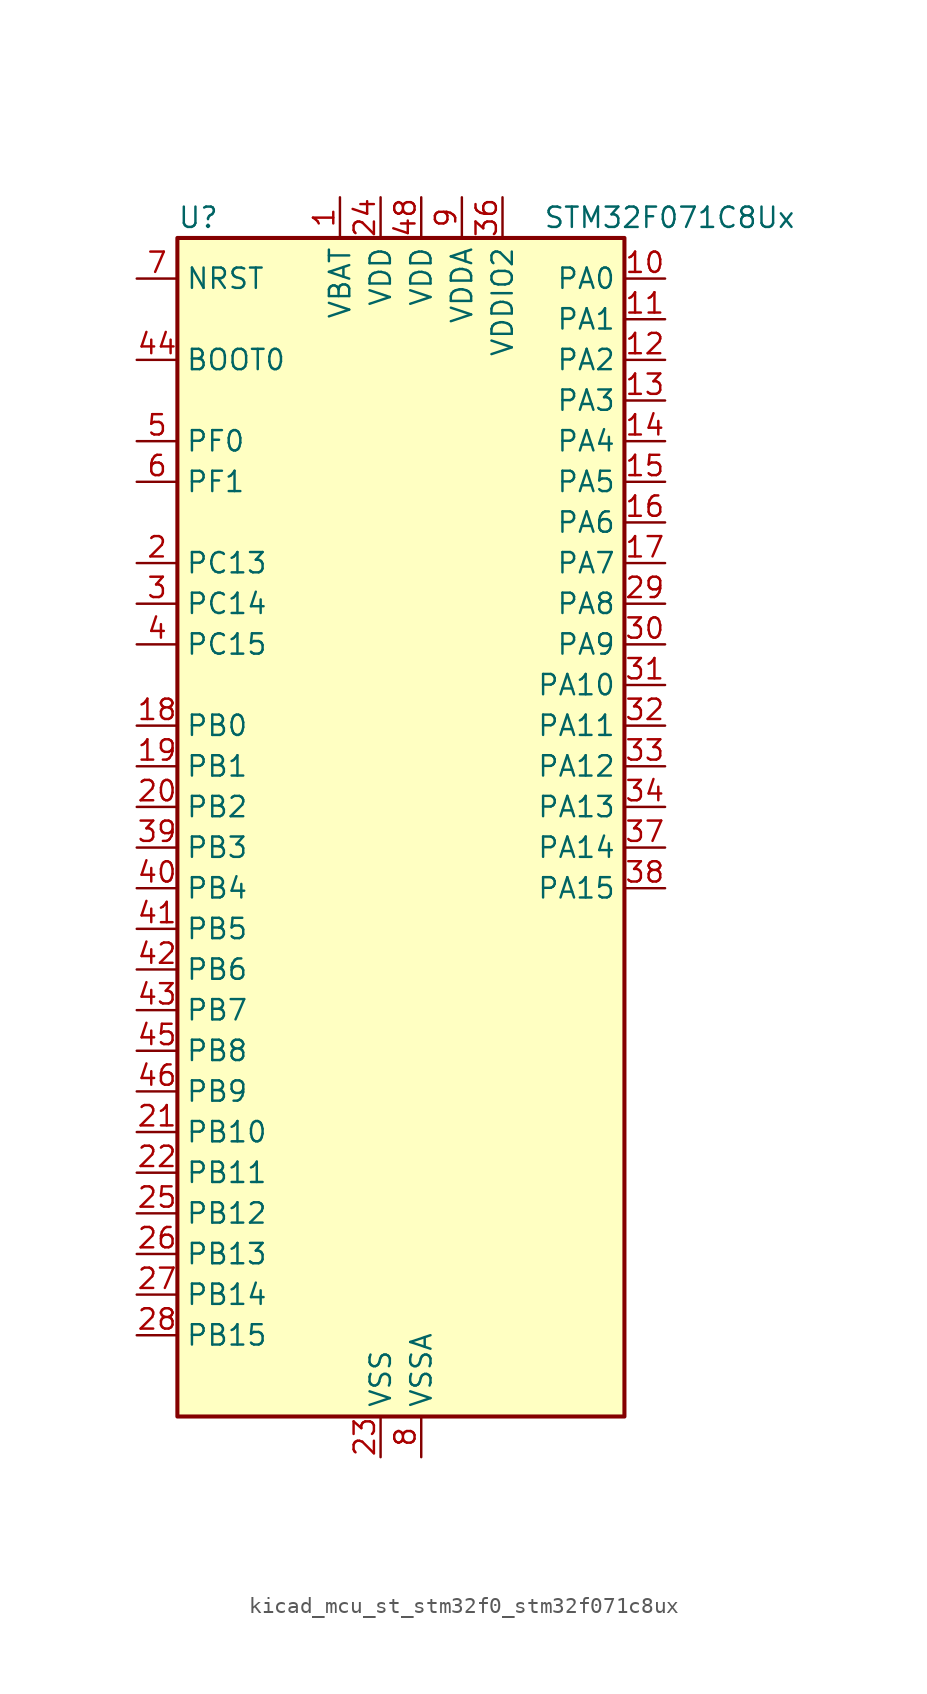
<source format=kicad_sym>
(kicad_symbol_lib
  (version 20220914)
  (generator kicad_symbol_editor)
  (symbol "kicad_mcu_st_stm32f0_stm32f071c8ux"
    (property "Reference" "U"
      (at -12.7 39.37 0)
      (effects (font (size 1.27 1.27)) (justify left)))
    (property "Value" "STM32F071C8Ux"
      (at 10.16 39.37 0)
      (effects (font (size 1.27 1.27)) (justify left)))
    (property "ki_locked" ""
      (at 0 0 0)
      (effects (font (size 1.27 1.27))))
    (symbol "kicad_mcu_st_stm32f0_stm32f071c8ux_0_1"
      (rectangle (start -12.7 -35.56) (end 15.24 38.1) (stroke (width 0.254) (type default)) (fill (type background))))
    (symbol "kicad_mcu_st_stm32f0_stm32f071c8ux_1_1"
      (pin power_in line (at -2.54 40.64 270) (length 2.54) (name "VBAT" (effects (font (size 1.27 1.27)))) (number "1" (effects (font (size 1.27 1.27)))))
      (pin bidirectional line (at 17.78 35.56 180) (length 2.54) (name "PA0" (effects (font (size 1.27 1.27)))) (number "10" (effects (font (size 1.27 1.27)))) (alternate "ADC_IN0" bidirectional line) (alternate "COMP1_INM" bidirectional line) (alternate "COMP1_OUT" bidirectional line) (alternate "RTC_TAMP2" bidirectional line) (alternate "SYS_WKUP1" bidirectional line) (alternate "TIM2_CH1" bidirectional line) (alternate "TIM2_ETR" bidirectional line) (alternate "TSC_G1_IO1" bidirectional line) (alternate "USART2_CTS" bidirectional line) (alternate "USART4_TX" bidirectional line))
      (pin bidirectional line (at 17.78 33.02 180) (length 2.54) (name "PA1" (effects (font (size 1.27 1.27)))) (number "11" (effects (font (size 1.27 1.27)))) (alternate "ADC_IN1" bidirectional line) (alternate "COMP1_INP" bidirectional line) (alternate "TIM15_CH1N" bidirectional line) (alternate "TIM2_CH2" bidirectional line) (alternate "TSC_G1_IO2" bidirectional line) (alternate "USART2_DE" bidirectional line) (alternate "USART2_RTS" bidirectional line) (alternate "USART4_RX" bidirectional line))
      (pin bidirectional line (at 17.78 30.48 180) (length 2.54) (name "PA2" (effects (font (size 1.27 1.27)))) (number "12" (effects (font (size 1.27 1.27)))) (alternate "ADC_IN2" bidirectional line) (alternate "COMP2_INM" bidirectional line) (alternate "COMP2_OUT" bidirectional line) (alternate "SYS_WKUP4" bidirectional line) (alternate "TIM15_CH1" bidirectional line) (alternate "TIM2_CH3" bidirectional line) (alternate "TSC_G1_IO3" bidirectional line) (alternate "USART2_TX" bidirectional line))
      (pin bidirectional line (at 17.78 27.94 180) (length 2.54) (name "PA3" (effects (font (size 1.27 1.27)))) (number "13" (effects (font (size 1.27 1.27)))) (alternate "ADC_IN3" bidirectional line) (alternate "COMP2_INP" bidirectional line) (alternate "TIM15_CH2" bidirectional line) (alternate "TIM2_CH4" bidirectional line) (alternate "TSC_G1_IO4" bidirectional line) (alternate "USART2_RX" bidirectional line))
      (pin bidirectional line (at 17.78 25.4 180) (length 2.54) (name "PA4" (effects (font (size 1.27 1.27)))) (number "14" (effects (font (size 1.27 1.27)))) (alternate "ADC_IN4" bidirectional line) (alternate "COMP1_INM" bidirectional line) (alternate "COMP2_INM" bidirectional line) (alternate "DAC_OUT1" bidirectional line) (alternate "I2S1_WS" bidirectional line) (alternate "SPI1_NSS" bidirectional line) (alternate "TIM14_CH1" bidirectional line) (alternate "TSC_G2_IO1" bidirectional line) (alternate "USART2_CK" bidirectional line))
      (pin bidirectional line (at 17.78 22.86 180) (length 2.54) (name "PA5" (effects (font (size 1.27 1.27)))) (number "15" (effects (font (size 1.27 1.27)))) (alternate "ADC_IN5" bidirectional line) (alternate "CEC" bidirectional line) (alternate "COMP1_INM" bidirectional line) (alternate "COMP2_INM" bidirectional line) (alternate "DAC_OUT2" bidirectional line) (alternate "I2S1_CK" bidirectional line) (alternate "SPI1_SCK" bidirectional line) (alternate "TIM2_CH1" bidirectional line) (alternate "TIM2_ETR" bidirectional line) (alternate "TSC_G2_IO2" bidirectional line))
      (pin bidirectional line (at 17.78 20.32 180) (length 2.54) (name "PA6" (effects (font (size 1.27 1.27)))) (number "16" (effects (font (size 1.27 1.27)))) (alternate "ADC_IN6" bidirectional line) (alternate "COMP1_OUT" bidirectional line) (alternate "I2S1_MCK" bidirectional line) (alternate "SPI1_MISO" bidirectional line) (alternate "TIM16_CH1" bidirectional line) (alternate "TIM1_BKIN" bidirectional line) (alternate "TIM3_CH1" bidirectional line) (alternate "TSC_G2_IO3" bidirectional line) (alternate "USART3_CTS" bidirectional line))
      (pin bidirectional line (at 17.78 17.78 180) (length 2.54) (name "PA7" (effects (font (size 1.27 1.27)))) (number "17" (effects (font (size 1.27 1.27)))) (alternate "ADC_IN7" bidirectional line) (alternate "COMP2_OUT" bidirectional line) (alternate "I2S1_SD" bidirectional line) (alternate "SPI1_MOSI" bidirectional line) (alternate "TIM14_CH1" bidirectional line) (alternate "TIM17_CH1" bidirectional line) (alternate "TIM1_CH1N" bidirectional line) (alternate "TIM3_CH2" bidirectional line) (alternate "TSC_G2_IO4" bidirectional line))
      (pin bidirectional line (at -15.24 7.62 0) (length 2.54) (name "PB0" (effects (font (size 1.27 1.27)))) (number "18" (effects (font (size 1.27 1.27)))) (alternate "ADC_IN8" bidirectional line) (alternate "TIM1_CH2N" bidirectional line) (alternate "TIM3_CH3" bidirectional line) (alternate "TSC_G3_IO2" bidirectional line) (alternate "USART3_CK" bidirectional line))
      (pin bidirectional line (at -15.24 5.08 0) (length 2.54) (name "PB1" (effects (font (size 1.27 1.27)))) (number "19" (effects (font (size 1.27 1.27)))) (alternate "ADC_IN9" bidirectional line) (alternate "TIM14_CH1" bidirectional line) (alternate "TIM1_CH3N" bidirectional line) (alternate "TIM3_CH4" bidirectional line) (alternate "TSC_G3_IO3" bidirectional line) (alternate "USART3_DE" bidirectional line) (alternate "USART3_RTS" bidirectional line))
      (pin bidirectional line (at -15.24 17.78 0) (length 2.54) (name "PC13" (effects (font (size 1.27 1.27)))) (number "2" (effects (font (size 1.27 1.27)))) (alternate "RTC_OUT_ALARM" bidirectional line) (alternate "RTC_OUT_CALIB" bidirectional line) (alternate "RTC_TAMP1" bidirectional line) (alternate "RTC_TS" bidirectional line) (alternate "SYS_WKUP2" bidirectional line))
      (pin bidirectional line (at -15.24 2.54 0) (length 2.54) (name "PB2" (effects (font (size 1.27 1.27)))) (number "20" (effects (font (size 1.27 1.27)))) (alternate "TSC_G3_IO4" bidirectional line))
      (pin bidirectional line (at -15.24 -17.78 0) (length 2.54) (name "PB10" (effects (font (size 1.27 1.27)))) (number "21" (effects (font (size 1.27 1.27)))) (alternate "CEC" bidirectional line) (alternate "I2C2_SCL" bidirectional line) (alternate "I2S2_CK" bidirectional line) (alternate "SPI2_SCK" bidirectional line) (alternate "TIM2_CH3" bidirectional line) (alternate "TSC_SYNC" bidirectional line) (alternate "USART3_TX" bidirectional line))
      (pin bidirectional line (at -15.24 -20.32 0) (length 2.54) (name "PB11" (effects (font (size 1.27 1.27)))) (number "22" (effects (font (size 1.27 1.27)))) (alternate "I2C2_SDA" bidirectional line) (alternate "TIM2_CH4" bidirectional line) (alternate "TSC_G6_IO1" bidirectional line) (alternate "USART3_RX" bidirectional line))
      (pin power_in line (at 0 -38.1 90) (length 2.54) (name "VSS" (effects (font (size 1.27 1.27)))) (number "23" (effects (font (size 1.27 1.27)))))
      (pin power_in line (at 0 40.64 270) (length 2.54) (name "VDD" (effects (font (size 1.27 1.27)))) (number "24" (effects (font (size 1.27 1.27)))))
      (pin bidirectional line (at -15.24 -22.86 0) (length 2.54) (name "PB12" (effects (font (size 1.27 1.27)))) (number "25" (effects (font (size 1.27 1.27)))) (alternate "I2S2_WS" bidirectional line) (alternate "SPI2_NSS" bidirectional line) (alternate "TIM15_BKIN" bidirectional line) (alternate "TIM1_BKIN" bidirectional line) (alternate "TSC_G6_IO2" bidirectional line) (alternate "USART3_CK" bidirectional line))
      (pin bidirectional line (at -15.24 -25.4 0) (length 2.54) (name "PB13" (effects (font (size 1.27 1.27)))) (number "26" (effects (font (size 1.27 1.27)))) (alternate "I2C2_SCL" bidirectional line) (alternate "I2S2_CK" bidirectional line) (alternate "SPI2_SCK" bidirectional line) (alternate "TIM1_CH1N" bidirectional line) (alternate "TSC_G6_IO3" bidirectional line) (alternate "USART3_CTS" bidirectional line))
      (pin bidirectional line (at -15.24 -27.94 0) (length 2.54) (name "PB14" (effects (font (size 1.27 1.27)))) (number "27" (effects (font (size 1.27 1.27)))) (alternate "I2C2_SDA" bidirectional line) (alternate "I2S2_MCK" bidirectional line) (alternate "SPI2_MISO" bidirectional line) (alternate "TIM15_CH1" bidirectional line) (alternate "TIM1_CH2N" bidirectional line) (alternate "TSC_G6_IO4" bidirectional line) (alternate "USART3_DE" bidirectional line) (alternate "USART3_RTS" bidirectional line))
      (pin bidirectional line (at -15.24 -30.48 0) (length 2.54) (name "PB15" (effects (font (size 1.27 1.27)))) (number "28" (effects (font (size 1.27 1.27)))) (alternate "I2S2_SD" bidirectional line) (alternate "RTC_REFIN" bidirectional line) (alternate "SPI2_MOSI" bidirectional line) (alternate "SYS_WKUP7" bidirectional line) (alternate "TIM15_CH1N" bidirectional line) (alternate "TIM15_CH2" bidirectional line) (alternate "TIM1_CH3N" bidirectional line))
      (pin bidirectional line (at 17.78 15.24 180) (length 2.54) (name "PA8" (effects (font (size 1.27 1.27)))) (number "29" (effects (font (size 1.27 1.27)))) (alternate "CRS_SYNC" bidirectional line) (alternate "RCC_MCO" bidirectional line) (alternate "TIM1_CH1" bidirectional line) (alternate "USART1_CK" bidirectional line))
      (pin bidirectional line (at -15.24 15.24 0) (length 2.54) (name "PC14" (effects (font (size 1.27 1.27)))) (number "3" (effects (font (size 1.27 1.27)))) (alternate "RCC_OSC32_IN" bidirectional line))
      (pin bidirectional line (at 17.78 12.7 180) (length 2.54) (name "PA9" (effects (font (size 1.27 1.27)))) (number "30" (effects (font (size 1.27 1.27)))) (alternate "DAC_EXTI9" bidirectional line) (alternate "TIM15_BKIN" bidirectional line) (alternate "TIM1_CH2" bidirectional line) (alternate "TSC_G4_IO1" bidirectional line) (alternate "USART1_TX" bidirectional line))
      (pin bidirectional line (at 17.78 10.16 180) (length 2.54) (name "PA10" (effects (font (size 1.27 1.27)))) (number "31" (effects (font (size 1.27 1.27)))) (alternate "TIM17_BKIN" bidirectional line) (alternate "TIM1_CH3" bidirectional line) (alternate "TSC_G4_IO2" bidirectional line) (alternate "USART1_RX" bidirectional line))
      (pin bidirectional line (at 17.78 7.62 180) (length 2.54) (name "PA11" (effects (font (size 1.27 1.27)))) (number "32" (effects (font (size 1.27 1.27)))) (alternate "COMP1_OUT" bidirectional line) (alternate "TIM1_CH4" bidirectional line) (alternate "TSC_G4_IO3" bidirectional line) (alternate "USART1_CTS" bidirectional line))
      (pin bidirectional line (at 17.78 5.08 180) (length 2.54) (name "PA12" (effects (font (size 1.27 1.27)))) (number "33" (effects (font (size 1.27 1.27)))) (alternate "COMP2_OUT" bidirectional line) (alternate "TIM1_ETR" bidirectional line) (alternate "TSC_G4_IO4" bidirectional line) (alternate "USART1_DE" bidirectional line) (alternate "USART1_RTS" bidirectional line))
      (pin bidirectional line (at 17.78 2.54 180) (length 2.54) (name "PA13" (effects (font (size 1.27 1.27)))) (number "34" (effects (font (size 1.27 1.27)))) (alternate "IR_OUT" bidirectional line) (alternate "SYS_SWDIO" bidirectional line))
      (pin passive line (at 0 -38.1 90) (length 2.54) hide (name "VSS" (effects (font (size 1.27 1.27)))) (number "35" (effects (font (size 1.27 1.27)))))
      (pin power_in line (at 7.62 40.64 270) (length 2.54) (name "VDDIO2" (effects (font (size 1.27 1.27)))) (number "36" (effects (font (size 1.27 1.27)))))
      (pin bidirectional line (at 17.78 0 180) (length 2.54) (name "PA14" (effects (font (size 1.27 1.27)))) (number "37" (effects (font (size 1.27 1.27)))) (alternate "SYS_SWCLK" bidirectional line) (alternate "USART2_TX" bidirectional line))
      (pin bidirectional line (at 17.78 -2.54 180) (length 2.54) (name "PA15" (effects (font (size 1.27 1.27)))) (number "38" (effects (font (size 1.27 1.27)))) (alternate "I2S1_WS" bidirectional line) (alternate "SPI1_NSS" bidirectional line) (alternate "TIM2_CH1" bidirectional line) (alternate "TIM2_ETR" bidirectional line) (alternate "USART2_RX" bidirectional line) (alternate "USART4_DE" bidirectional line) (alternate "USART4_RTS" bidirectional line))
      (pin bidirectional line (at -15.24 0 0) (length 2.54) (name "PB3" (effects (font (size 1.27 1.27)))) (number "39" (effects (font (size 1.27 1.27)))) (alternate "I2S1_CK" bidirectional line) (alternate "SPI1_SCK" bidirectional line) (alternate "TIM2_CH2" bidirectional line) (alternate "TSC_G5_IO1" bidirectional line))
      (pin bidirectional line (at -15.24 12.7 0) (length 2.54) (name "PC15" (effects (font (size 1.27 1.27)))) (number "4" (effects (font (size 1.27 1.27)))) (alternate "RCC_OSC32_OUT" bidirectional line))
      (pin bidirectional line (at -15.24 -2.54 0) (length 2.54) (name "PB4" (effects (font (size 1.27 1.27)))) (number "40" (effects (font (size 1.27 1.27)))) (alternate "I2S1_MCK" bidirectional line) (alternate "SPI1_MISO" bidirectional line) (alternate "TIM17_BKIN" bidirectional line) (alternate "TIM3_CH1" bidirectional line) (alternate "TSC_G5_IO2" bidirectional line))
      (pin bidirectional line (at -15.24 -5.08 0) (length 2.54) (name "PB5" (effects (font (size 1.27 1.27)))) (number "41" (effects (font (size 1.27 1.27)))) (alternate "I2C1_SMBA" bidirectional line) (alternate "I2S1_SD" bidirectional line) (alternate "SPI1_MOSI" bidirectional line) (alternate "SYS_WKUP6" bidirectional line) (alternate "TIM16_BKIN" bidirectional line) (alternate "TIM3_CH2" bidirectional line))
      (pin bidirectional line (at -15.24 -7.62 0) (length 2.54) (name "PB6" (effects (font (size 1.27 1.27)))) (number "42" (effects (font (size 1.27 1.27)))) (alternate "I2C1_SCL" bidirectional line) (alternate "TIM16_CH1N" bidirectional line) (alternate "TSC_G5_IO3" bidirectional line) (alternate "USART1_TX" bidirectional line))
      (pin bidirectional line (at -15.24 -10.16 0) (length 2.54) (name "PB7" (effects (font (size 1.27 1.27)))) (number "43" (effects (font (size 1.27 1.27)))) (alternate "I2C1_SDA" bidirectional line) (alternate "TIM17_CH1N" bidirectional line) (alternate "TSC_G5_IO4" bidirectional line) (alternate "USART1_RX" bidirectional line) (alternate "USART4_CTS" bidirectional line))
      (pin input line (at -15.24 30.48 0) (length 2.54) (name "BOOT0" (effects (font (size 1.27 1.27)))) (number "44" (effects (font (size 1.27 1.27)))))
      (pin bidirectional line (at -15.24 -12.7 0) (length 2.54) (name "PB8" (effects (font (size 1.27 1.27)))) (number "45" (effects (font (size 1.27 1.27)))) (alternate "CEC" bidirectional line) (alternate "I2C1_SCL" bidirectional line) (alternate "TIM16_CH1" bidirectional line) (alternate "TSC_SYNC" bidirectional line))
      (pin bidirectional line (at -15.24 -15.24 0) (length 2.54) (name "PB9" (effects (font (size 1.27 1.27)))) (number "46" (effects (font (size 1.27 1.27)))) (alternate "DAC_EXTI9" bidirectional line) (alternate "I2C1_SDA" bidirectional line) (alternate "I2S2_WS" bidirectional line) (alternate "IR_OUT" bidirectional line) (alternate "SPI2_NSS" bidirectional line) (alternate "TIM17_CH1" bidirectional line))
      (pin passive line (at 0 -38.1 90) (length 2.54) hide (name "VSS" (effects (font (size 1.27 1.27)))) (number "47" (effects (font (size 1.27 1.27)))))
      (pin power_in line (at 2.54 40.64 270) (length 2.54) (name "VDD" (effects (font (size 1.27 1.27)))) (number "48" (effects (font (size 1.27 1.27)))))
      (pin passive line (at 0 -38.1 90) (length 2.54) hide (name "VSS" (effects (font (size 1.27 1.27)))) (number "49" (effects (font (size 1.27 1.27)))))
      (pin bidirectional line (at -15.24 25.4 0) (length 2.54) (name "PF0" (effects (font (size 1.27 1.27)))) (number "5" (effects (font (size 1.27 1.27)))) (alternate "CRS_SYNC" bidirectional line) (alternate "RCC_OSC_IN" bidirectional line))
      (pin bidirectional line (at -15.24 22.86 0) (length 2.54) (name "PF1" (effects (font (size 1.27 1.27)))) (number "6" (effects (font (size 1.27 1.27)))) (alternate "RCC_OSC_OUT" bidirectional line))
      (pin input line (at -15.24 35.56 0) (length 2.54) (name "NRST" (effects (font (size 1.27 1.27)))) (number "7" (effects (font (size 1.27 1.27)))))
      (pin power_in line (at 2.54 -38.1 90) (length 2.54) (name "VSSA" (effects (font (size 1.27 1.27)))) (number "8" (effects (font (size 1.27 1.27)))))
      (pin power_in line (at 5.08 40.64 270) (length 2.54) (name "VDDA" (effects (font (size 1.27 1.27)))) (number "9" (effects (font (size 1.27 1.27))))))))
</source>
